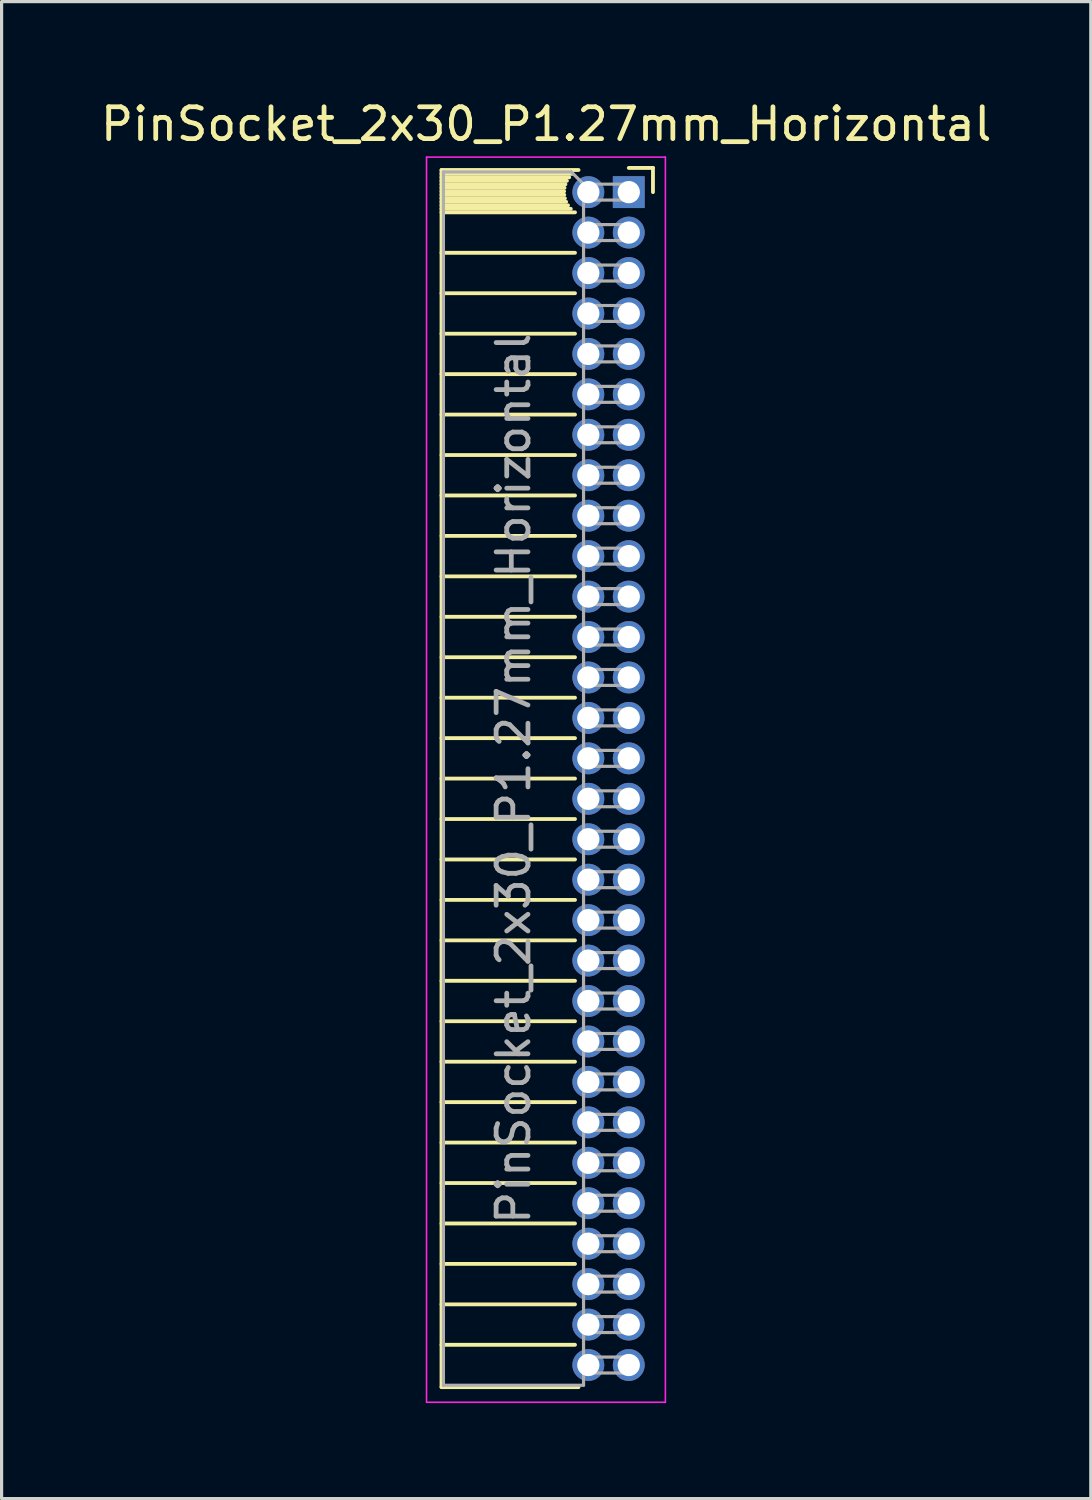
<source format=kicad_pcb>
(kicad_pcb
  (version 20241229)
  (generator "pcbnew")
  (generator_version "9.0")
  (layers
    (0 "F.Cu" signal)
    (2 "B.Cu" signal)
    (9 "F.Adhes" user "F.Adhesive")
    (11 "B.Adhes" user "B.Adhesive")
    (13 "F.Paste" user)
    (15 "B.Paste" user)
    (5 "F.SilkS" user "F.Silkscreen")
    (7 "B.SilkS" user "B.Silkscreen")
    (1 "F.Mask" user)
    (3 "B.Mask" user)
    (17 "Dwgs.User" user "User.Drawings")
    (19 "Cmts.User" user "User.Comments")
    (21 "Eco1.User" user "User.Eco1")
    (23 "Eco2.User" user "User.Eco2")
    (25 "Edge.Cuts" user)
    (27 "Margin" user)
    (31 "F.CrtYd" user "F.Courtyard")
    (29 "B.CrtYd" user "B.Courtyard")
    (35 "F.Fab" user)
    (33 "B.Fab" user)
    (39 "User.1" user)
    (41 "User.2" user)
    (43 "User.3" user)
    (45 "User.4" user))
  (footprint "PinSocket_2x30_P1.27mm_Horizontal"
    (layer "F.Cu")
    (at 16.694 2.983)
    (property "Reference" "PinSocket_2x30_P1.27mm_Horizontal" (at -2.592 -2.135 0) (layer "F.SilkS") (effects (font (size 1 1) (thickness 0.15))))
    (attr through_hole)
    (fp_line (start -5.88 -0.695) (end -5.88 37.525) (stroke (width 0.12) (type solid)) (layer "F.SilkS"))
    (fp_line (start -5.88 -0.695) (end -1.578 -0.695) (stroke (width 0.12) (type solid)) (layer "F.SilkS"))
    (fp_line (start -5.88 -0.575) (end -1.767 -0.575) (stroke (width 0.12) (type solid)) (layer "F.SilkS"))
    (fp_line (start -5.88 -0.465) (end -1.871 -0.465) (stroke (width 0.12) (type solid)) (layer "F.SilkS"))
    (fp_line (start -5.88 -0.355) (end -1.942 -0.355) (stroke (width 0.12) (type solid)) (layer "F.SilkS"))
    (fp_line (start -5.88 -0.245) (end -1.989 -0.245) (stroke (width 0.12) (type solid)) (layer "F.SilkS"))
    (fp_line (start -5.88 -0.135) (end -2.018 -0.135) (stroke (width 0.12) (type solid)) (layer "F.SilkS"))
    (fp_line (start -5.88 -0.025) (end -2.03 -0.025) (stroke (width 0.12) (type solid)) (layer "F.SilkS"))
    (fp_line (start -5.88 0.085) (end -2.025 0.085) (stroke (width 0.12) (type solid)) (layer "F.SilkS"))
    (fp_line (start -5.88 0.195) (end -2.005 0.195) (stroke (width 0.12) (type solid)) (layer "F.SilkS"))
    (fp_line (start -5.88 0.305) (end -1.966 0.305) (stroke (width 0.12) (type solid)) (layer "F.SilkS"))
    (fp_line (start -5.88 0.415) (end -1.907 0.415) (stroke (width 0.12) (type solid)) (layer "F.SilkS"))
    (fp_line (start -5.88 0.525) (end -1.82 0.525) (stroke (width 0.12) (type solid)) (layer "F.SilkS"))
    (fp_line (start -5.88 0.635) (end -1.688 0.635) (stroke (width 0.12) (type solid)) (layer "F.SilkS"))
    (fp_line (start -5.88 1.905) (end -1.688 1.905) (stroke (width 0.12) (type solid)) (layer "F.SilkS"))
    (fp_line (start -5.88 3.175) (end -1.688 3.175) (stroke (width 0.12) (type solid)) (layer "F.SilkS"))
    (fp_line (start -5.88 4.445) (end -1.688 4.445) (stroke (width 0.12) (type solid)) (layer "F.SilkS"))
    (fp_line (start -5.88 5.715) (end -1.688 5.715) (stroke (width 0.12) (type solid)) (layer "F.SilkS"))
    (fp_line (start -5.88 6.985) (end -1.688 6.985) (stroke (width 0.12) (type solid)) (layer "F.SilkS"))
    (fp_line (start -5.88 8.255) (end -1.688 8.255) (stroke (width 0.12) (type solid)) (layer "F.SilkS"))
    (fp_line (start -5.88 9.525) (end -1.688 9.525) (stroke (width 0.12) (type solid)) (layer "F.SilkS"))
    (fp_line (start -5.88 10.795) (end -1.688 10.795) (stroke (width 0.12) (type solid)) (layer "F.SilkS"))
    (fp_line (start -5.88 12.065) (end -1.688 12.065) (stroke (width 0.12) (type solid)) (layer "F.SilkS"))
    (fp_line (start -5.88 13.335) (end -1.688 13.335) (stroke (width 0.12) (type solid)) (layer "F.SilkS"))
    (fp_line (start -5.88 14.605) (end -1.688 14.605) (stroke (width 0.12) (type solid)) (layer "F.SilkS"))
    (fp_line (start -5.88 15.875) (end -1.688 15.875) (stroke (width 0.12) (type solid)) (layer "F.SilkS"))
    (fp_line (start -5.88 17.145) (end -1.688 17.145) (stroke (width 0.12) (type solid)) (layer "F.SilkS"))
    (fp_line (start -5.88 18.415) (end -1.688 18.415) (stroke (width 0.12) (type solid)) (layer "F.SilkS"))
    (fp_line (start -5.88 19.685) (end -1.688 19.685) (stroke (width 0.12) (type solid)) (layer "F.SilkS"))
    (fp_line (start -5.88 20.955) (end -1.688 20.955) (stroke (width 0.12) (type solid)) (layer "F.SilkS"))
    (fp_line (start -5.88 22.225) (end -1.688 22.225) (stroke (width 0.12) (type solid)) (layer "F.SilkS"))
    (fp_line (start -5.88 23.495) (end -1.688 23.495) (stroke (width 0.12) (type solid)) (layer "F.SilkS"))
    (fp_line (start -5.88 24.765) (end -1.688 24.765) (stroke (width 0.12) (type solid)) (layer "F.SilkS"))
    (fp_line (start -5.88 26.035) (end -1.688 26.035) (stroke (width 0.12) (type solid)) (layer "F.SilkS"))
    (fp_line (start -5.88 27.305) (end -1.688 27.305) (stroke (width 0.12) (type solid)) (layer "F.SilkS"))
    (fp_line (start -5.88 28.575) (end -1.688 28.575) (stroke (width 0.12) (type solid)) (layer "F.SilkS"))
    (fp_line (start -5.88 29.845) (end -1.688 29.845) (stroke (width 0.12) (type solid)) (layer "F.SilkS"))
    (fp_line (start -5.88 31.115) (end -1.688 31.115) (stroke (width 0.12) (type solid)) (layer "F.SilkS"))
    (fp_line (start -5.88 32.385) (end -1.688 32.385) (stroke (width 0.12) (type solid)) (layer "F.SilkS"))
    (fp_line (start -5.88 33.655) (end -1.688 33.655) (stroke (width 0.12) (type solid)) (layer "F.SilkS"))
    (fp_line (start -5.88 34.925) (end -1.688 34.925) (stroke (width 0.12) (type solid)) (layer "F.SilkS"))
    (fp_line (start -5.88 36.195) (end -1.688 36.195) (stroke (width 0.12) (type solid)) (layer "F.SilkS"))
    (fp_line (start -5.88 37.525) (end -1.578 37.525) (stroke (width 0.12) (type solid)) (layer "F.SilkS"))
    (fp_line (start 0 -0.76) (end 0.76 -0.76) (stroke (width 0.12) (type solid)) (layer "F.SilkS"))
    (fp_line (start 0.76 -0.76) (end 0.76 0) (stroke (width 0.12) (type solid)) (layer "F.SilkS"))
    (fp_line (start -6.35 -1.1) (end -6.35 38) (stroke (width 0.05) (type solid)) (layer "F.CrtYd"))
    (fp_line (start -6.35 38) (end 1.15 38) (stroke (width 0.05) (type solid)) (layer "F.CrtYd"))
    (fp_line (start 1.15 -1.1) (end -6.35 -1.1) (stroke (width 0.05) (type solid)) (layer "F.CrtYd"))
    (fp_line (start 1.15 38) (end 1.15 -1.1) (stroke (width 0.05) (type solid)) (layer "F.CrtYd"))
    (fp_line (start -5.82 -0.635) (end -1.805 -0.635) (stroke (width 0.1) (type solid)) (layer "F.Fab"))
    (fp_line (start -5.82 37.465) (end -5.82 -0.635) (stroke (width 0.1) (type solid)) (layer "F.Fab"))
    (fp_line (start -1.805 -0.635) (end -1.42 -0.25) (stroke (width 0.1) (type solid)) (layer "F.Fab"))
    (fp_line (start -1.42 -0.25) (end -1.42 37.465) (stroke (width 0.1) (type solid)) (layer "F.Fab"))
    (fp_line (start -1.42 0.25) (end 0 0.25) (stroke (width 0.1) (type solid)) (layer "F.Fab"))
    (fp_line (start -1.42 1.52) (end 0 1.52) (stroke (width 0.1) (type solid)) (layer "F.Fab"))
    (fp_line (start -1.42 2.79) (end 0 2.79) (stroke (width 0.1) (type solid)) (layer "F.Fab"))
    (fp_line (start -1.42 4.06) (end 0 4.06) (stroke (width 0.1) (type solid)) (layer "F.Fab"))
    (fp_line (start -1.42 5.33) (end 0 5.33) (stroke (width 0.1) (type solid)) (layer "F.Fab"))
    (fp_line (start -1.42 6.6) (end 0 6.6) (stroke (width 0.1) (type solid)) (layer "F.Fab"))
    (fp_line (start -1.42 7.87) (end 0 7.87) (stroke (width 0.1) (type solid)) (layer "F.Fab"))
    (fp_line (start -1.42 9.14) (end 0 9.14) (stroke (width 0.1) (type solid)) (layer "F.Fab"))
    (fp_line (start -1.42 10.41) (end 0 10.41) (stroke (width 0.1) (type solid)) (layer "F.Fab"))
    (fp_line (start -1.42 11.68) (end 0 11.68) (stroke (width 0.1) (type solid)) (layer "F.Fab"))
    (fp_line (start -1.42 12.95) (end 0 12.95) (stroke (width 0.1) (type solid)) (layer "F.Fab"))
    (fp_line (start -1.42 14.22) (end 0 14.22) (stroke (width 0.1) (type solid)) (layer "F.Fab"))
    (fp_line (start -1.42 15.49) (end 0 15.49) (stroke (width 0.1) (type solid)) (layer "F.Fab"))
    (fp_line (start -1.42 16.76) (end 0 16.76) (stroke (width 0.1) (type solid)) (layer "F.Fab"))
    (fp_line (start -1.42 18.03) (end 0 18.03) (stroke (width 0.1) (type solid)) (layer "F.Fab"))
    (fp_line (start -1.42 19.3) (end 0 19.3) (stroke (width 0.1) (type solid)) (layer "F.Fab"))
    (fp_line (start -1.42 20.57) (end 0 20.57) (stroke (width 0.1) (type solid)) (layer "F.Fab"))
    (fp_line (start -1.42 21.84) (end 0 21.84) (stroke (width 0.1) (type solid)) (layer "F.Fab"))
    (fp_line (start -1.42 23.11) (end 0 23.11) (stroke (width 0.1) (type solid)) (layer "F.Fab"))
    (fp_line (start -1.42 24.38) (end 0 24.38) (stroke (width 0.1) (type solid)) (layer "F.Fab"))
    (fp_line (start -1.42 25.65) (end 0 25.65) (stroke (width 0.1) (type solid)) (layer "F.Fab"))
    (fp_line (start -1.42 26.92) (end 0 26.92) (stroke (width 0.1) (type solid)) (layer "F.Fab"))
    (fp_line (start -1.42 28.19) (end 0 28.19) (stroke (width 0.1) (type solid)) (layer "F.Fab"))
    (fp_line (start -1.42 29.46) (end 0 29.46) (stroke (width 0.1) (type solid)) (layer "F.Fab"))
    (fp_line (start -1.42 30.73) (end 0 30.73) (stroke (width 0.1) (type solid)) (layer "F.Fab"))
    (fp_line (start -1.42 32) (end 0 32) (stroke (width 0.1) (type solid)) (layer "F.Fab"))
    (fp_line (start -1.42 33.27) (end 0 33.27) (stroke (width 0.1) (type solid)) (layer "F.Fab"))
    (fp_line (start -1.42 34.54) (end 0 34.54) (stroke (width 0.1) (type solid)) (layer "F.Fab"))
    (fp_line (start -1.42 35.81) (end 0 35.81) (stroke (width 0.1) (type solid)) (layer "F.Fab"))
    (fp_line (start -1.42 37.08) (end 0 37.08) (stroke (width 0.1) (type solid)) (layer "F.Fab"))
    (fp_line (start -1.42 37.465) (end -5.82 37.465) (stroke (width 0.1) (type solid)) (layer "F.Fab"))
    (fp_line (start 0 -0.25) (end -1.42 -0.25) (stroke (width 0.1) (type solid)) (layer "F.Fab"))
    (fp_line (start 0 0.25) (end 0 -0.25) (stroke (width 0.1) (type solid)) (layer "F.Fab"))
    (fp_line (start 0 1.02) (end -1.42 1.02) (stroke (width 0.1) (type solid)) (layer "F.Fab"))
    (fp_line (start 0 1.52) (end 0 1.02) (stroke (width 0.1) (type solid)) (layer "F.Fab"))
    (fp_line (start 0 2.29) (end -1.42 2.29) (stroke (width 0.1) (type solid)) (layer "F.Fab"))
    (fp_line (start 0 2.79) (end 0 2.29) (stroke (width 0.1) (type solid)) (layer "F.Fab"))
    (fp_line (start 0 3.56) (end -1.42 3.56) (stroke (width 0.1) (type solid)) (layer "F.Fab"))
    (fp_line (start 0 4.06) (end 0 3.56) (stroke (width 0.1) (type solid)) (layer "F.Fab"))
    (fp_line (start 0 4.83) (end -1.42 4.83) (stroke (width 0.1) (type solid)) (layer "F.Fab"))
    (fp_line (start 0 5.33) (end 0 4.83) (stroke (width 0.1) (type solid)) (layer "F.Fab"))
    (fp_line (start 0 6.1) (end -1.42 6.1) (stroke (width 0.1) (type solid)) (layer "F.Fab"))
    (fp_line (start 0 6.6) (end 0 6.1) (stroke (width 0.1) (type solid)) (layer "F.Fab"))
    (fp_line (start 0 7.37) (end -1.42 7.37) (stroke (width 0.1) (type solid)) (layer "F.Fab"))
    (fp_line (start 0 7.87) (end 0 7.37) (stroke (width 0.1) (type solid)) (layer "F.Fab"))
    (fp_line (start 0 8.64) (end -1.42 8.64) (stroke (width 0.1) (type solid)) (layer "F.Fab"))
    (fp_line (start 0 9.14) (end 0 8.64) (stroke (width 0.1) (type solid)) (layer "F.Fab"))
    (fp_line (start 0 9.91) (end -1.42 9.91) (stroke (width 0.1) (type solid)) (layer "F.Fab"))
    (fp_line (start 0 10.41) (end 0 9.91) (stroke (width 0.1) (type solid)) (layer "F.Fab"))
    (fp_line (start 0 11.18) (end -1.42 11.18) (stroke (width 0.1) (type solid)) (layer "F.Fab"))
    (fp_line (start 0 11.68) (end 0 11.18) (stroke (width 0.1) (type solid)) (layer "F.Fab"))
    (fp_line (start 0 12.45) (end -1.42 12.45) (stroke (width 0.1) (type solid)) (layer "F.Fab"))
    (fp_line (start 0 12.95) (end 0 12.45) (stroke (width 0.1) (type solid)) (layer "F.Fab"))
    (fp_line (start 0 13.72) (end -1.42 13.72) (stroke (width 0.1) (type solid)) (layer "F.Fab"))
    (fp_line (start 0 14.22) (end 0 13.72) (stroke (width 0.1) (type solid)) (layer "F.Fab"))
    (fp_line (start 0 14.99) (end -1.42 14.99) (stroke (width 0.1) (type solid)) (layer "F.Fab"))
    (fp_line (start 0 15.49) (end 0 14.99) (stroke (width 0.1) (type solid)) (layer "F.Fab"))
    (fp_line (start 0 16.26) (end -1.42 16.26) (stroke (width 0.1) (type solid)) (layer "F.Fab"))
    (fp_line (start 0 16.76) (end 0 16.26) (stroke (width 0.1) (type solid)) (layer "F.Fab"))
    (fp_line (start 0 17.53) (end -1.42 17.53) (stroke (width 0.1) (type solid)) (layer "F.Fab"))
    (fp_line (start 0 18.03) (end 0 17.53) (stroke (width 0.1) (type solid)) (layer "F.Fab"))
    (fp_line (start 0 18.8) (end -1.42 18.8) (stroke (width 0.1) (type solid)) (layer "F.Fab"))
    (fp_line (start 0 19.3) (end 0 18.8) (stroke (width 0.1) (type solid)) (layer "F.Fab"))
    (fp_line (start 0 20.07) (end -1.42 20.07) (stroke (width 0.1) (type solid)) (layer "F.Fab"))
    (fp_line (start 0 20.57) (end 0 20.07) (stroke (width 0.1) (type solid)) (layer "F.Fab"))
    (fp_line (start 0 21.34) (end -1.42 21.34) (stroke (width 0.1) (type solid)) (layer "F.Fab"))
    (fp_line (start 0 21.84) (end 0 21.34) (stroke (width 0.1) (type solid)) (layer "F.Fab"))
    (fp_line (start 0 22.61) (end -1.42 22.61) (stroke (width 0.1) (type solid)) (layer "F.Fab"))
    (fp_line (start 0 23.11) (end 0 22.61) (stroke (width 0.1) (type solid)) (layer "F.Fab"))
    (fp_line (start 0 23.88) (end -1.42 23.88) (stroke (width 0.1) (type solid)) (layer "F.Fab"))
    (fp_line (start 0 24.38) (end 0 23.88) (stroke (width 0.1) (type solid)) (layer "F.Fab"))
    (fp_line (start 0 25.15) (end -1.42 25.15) (stroke (width 0.1) (type solid)) (layer "F.Fab"))
    (fp_line (start 0 25.65) (end 0 25.15) (stroke (width 0.1) (type solid)) (layer "F.Fab"))
    (fp_line (start 0 26.42) (end -1.42 26.42) (stroke (width 0.1) (type solid)) (layer "F.Fab"))
    (fp_line (start 0 26.92) (end 0 26.42) (stroke (width 0.1) (type solid)) (layer "F.Fab"))
    (fp_line (start 0 27.69) (end -1.42 27.69) (stroke (width 0.1) (type solid)) (layer "F.Fab"))
    (fp_line (start 0 28.19) (end 0 27.69) (stroke (width 0.1) (type solid)) (layer "F.Fab"))
    (fp_line (start 0 28.96) (end -1.42 28.96) (stroke (width 0.1) (type solid)) (layer "F.Fab"))
    (fp_line (start 0 29.46) (end 0 28.96) (stroke (width 0.1) (type solid)) (layer "F.Fab"))
    (fp_line (start 0 30.23) (end -1.42 30.23) (stroke (width 0.1) (type solid)) (layer "F.Fab"))
    (fp_line (start 0 30.73) (end 0 30.23) (stroke (width 0.1) (type solid)) (layer "F.Fab"))
    (fp_line (start 0 31.5) (end -1.42 31.5) (stroke (width 0.1) (type solid)) (layer "F.Fab"))
    (fp_line (start 0 32) (end 0 31.5) (stroke (width 0.1) (type solid)) (layer "F.Fab"))
    (fp_line (start 0 32.77) (end -1.42 32.77) (stroke (width 0.1) (type solid)) (layer "F.Fab"))
    (fp_line (start 0 33.27) (end 0 32.77) (stroke (width 0.1) (type solid)) (layer "F.Fab"))
    (fp_line (start 0 34.04) (end -1.42 34.04) (stroke (width 0.1) (type solid)) (layer "F.Fab"))
    (fp_line (start 0 34.54) (end 0 34.04) (stroke (width 0.1) (type solid)) (layer "F.Fab"))
    (fp_line (start 0 35.31) (end -1.42 35.31) (stroke (width 0.1) (type solid)) (layer "F.Fab"))
    (fp_line (start 0 35.81) (end 0 35.31) (stroke (width 0.1) (type solid)) (layer "F.Fab"))
    (fp_line (start 0 36.58) (end -1.42 36.58) (stroke (width 0.1) (type solid)) (layer "F.Fab"))
    (fp_line (start 0 37.08) (end 0 36.58) (stroke (width 0.1) (type solid)) (layer "F.Fab"))
    (fp_text user "${REFERENCE}" (at -3.62 18.415 90) (layer "F.Fab") (effects (font (size 1 1) (thickness 0.15))))
    (pad "1" thru_hole rect (at 0 0) (size 1 1) (drill 0.7) (layers "*.Cu" "*.Mask"))
    (pad "2" thru_hole oval (at -1.27 0) (size 1 1) (drill 0.7) (layers "*.Cu" "*.Mask"))
    (pad "3" thru_hole oval (at 0 1.27) (size 1 1) (drill 0.7) (layers "*.Cu" "*.Mask"))
    (pad "4" thru_hole oval (at -1.27 1.27) (size 1 1) (drill 0.7) (layers "*.Cu" "*.Mask"))
    (pad "5" thru_hole oval (at 0 2.54) (size 1 1) (drill 0.7) (layers "*.Cu" "*.Mask"))
    (pad "6" thru_hole oval (at -1.27 2.54) (size 1 1) (drill 0.7) (layers "*.Cu" "*.Mask"))
    (pad "7" thru_hole oval (at 0 3.81) (size 1 1) (drill 0.7) (layers "*.Cu" "*.Mask"))
    (pad "8" thru_hole oval (at -1.27 3.81) (size 1 1) (drill 0.7) (layers "*.Cu" "*.Mask"))
    (pad "9" thru_hole oval (at 0 5.08) (size 1 1) (drill 0.7) (layers "*.Cu" "*.Mask"))
    (pad "10" thru_hole oval (at -1.27 5.08) (size 1 1) (drill 0.7) (layers "*.Cu" "*.Mask"))
    (pad "11" thru_hole oval (at 0 6.35) (size 1 1) (drill 0.7) (layers "*.Cu" "*.Mask"))
    (pad "12" thru_hole oval (at -1.27 6.35) (size 1 1) (drill 0.7) (layers "*.Cu" "*.Mask"))
    (pad "13" thru_hole oval (at 0 7.62) (size 1 1) (drill 0.7) (layers "*.Cu" "*.Mask"))
    (pad "14" thru_hole oval (at -1.27 7.62) (size 1 1) (drill 0.7) (layers "*.Cu" "*.Mask"))
    (pad "15" thru_hole oval (at 0 8.89) (size 1 1) (drill 0.7) (layers "*.Cu" "*.Mask"))
    (pad "16" thru_hole oval (at -1.27 8.89) (size 1 1) (drill 0.7) (layers "*.Cu" "*.Mask"))
    (pad "17" thru_hole oval (at 0 10.16) (size 1 1) (drill 0.7) (layers "*.Cu" "*.Mask"))
    (pad "18" thru_hole oval (at -1.27 10.16) (size 1 1) (drill 0.7) (layers "*.Cu" "*.Mask"))
    (pad "19" thru_hole oval (at 0 11.43) (size 1 1) (drill 0.7) (layers "*.Cu" "*.Mask"))
    (pad "20" thru_hole oval (at -1.27 11.43) (size 1 1) (drill 0.7) (layers "*.Cu" "*.Mask"))
    (pad "21" thru_hole oval (at 0 12.7) (size 1 1) (drill 0.7) (layers "*.Cu" "*.Mask"))
    (pad "22" thru_hole oval (at -1.27 12.7) (size 1 1) (drill 0.7) (layers "*.Cu" "*.Mask"))
    (pad "23" thru_hole oval (at 0 13.97) (size 1 1) (drill 0.7) (layers "*.Cu" "*.Mask"))
    (pad "24" thru_hole oval (at -1.27 13.97) (size 1 1) (drill 0.7) (layers "*.Cu" "*.Mask"))
    (pad "25" thru_hole oval (at 0 15.24) (size 1 1) (drill 0.7) (layers "*.Cu" "*.Mask"))
    (pad "26" thru_hole oval (at -1.27 15.24) (size 1 1) (drill 0.7) (layers "*.Cu" "*.Mask"))
    (pad "27" thru_hole oval (at 0 16.51) (size 1 1) (drill 0.7) (layers "*.Cu" "*.Mask"))
    (pad "28" thru_hole oval (at -1.27 16.51) (size 1 1) (drill 0.7) (layers "*.Cu" "*.Mask"))
    (pad "29" thru_hole oval (at 0 17.78) (size 1 1) (drill 0.7) (layers "*.Cu" "*.Mask"))
    (pad "30" thru_hole oval (at -1.27 17.78) (size 1 1) (drill 0.7) (layers "*.Cu" "*.Mask"))
    (pad "31" thru_hole oval (at 0 19.05) (size 1 1) (drill 0.7) (layers "*.Cu" "*.Mask"))
    (pad "32" thru_hole oval (at -1.27 19.05) (size 1 1) (drill 0.7) (layers "*.Cu" "*.Mask"))
    (pad "33" thru_hole oval (at 0 20.32) (size 1 1) (drill 0.7) (layers "*.Cu" "*.Mask"))
    (pad "34" thru_hole oval (at -1.27 20.32) (size 1 1) (drill 0.7) (layers "*.Cu" "*.Mask"))
    (pad "35" thru_hole oval (at 0 21.59) (size 1 1) (drill 0.7) (layers "*.Cu" "*.Mask"))
    (pad "36" thru_hole oval (at -1.27 21.59) (size 1 1) (drill 0.7) (layers "*.Cu" "*.Mask"))
    (pad "37" thru_hole oval (at 0 22.86) (size 1 1) (drill 0.7) (layers "*.Cu" "*.Mask"))
    (pad "38" thru_hole oval (at -1.27 22.86) (size 1 1) (drill 0.7) (layers "*.Cu" "*.Mask"))
    (pad "39" thru_hole oval (at 0 24.13) (size 1 1) (drill 0.7) (layers "*.Cu" "*.Mask"))
    (pad "40" thru_hole oval (at -1.27 24.13) (size 1 1) (drill 0.7) (layers "*.Cu" "*.Mask"))
    (pad "41" thru_hole oval (at 0 25.4) (size 1 1) (drill 0.7) (layers "*.Cu" "*.Mask"))
    (pad "42" thru_hole oval (at -1.27 25.4) (size 1 1) (drill 0.7) (layers "*.Cu" "*.Mask"))
    (pad "43" thru_hole oval (at 0 26.67) (size 1 1) (drill 0.7) (layers "*.Cu" "*.Mask"))
    (pad "44" thru_hole oval (at -1.27 26.67) (size 1 1) (drill 0.7) (layers "*.Cu" "*.Mask"))
    (pad "45" thru_hole oval (at 0 27.94) (size 1 1) (drill 0.7) (layers "*.Cu" "*.Mask"))
    (pad "46" thru_hole oval (at -1.27 27.94) (size 1 1) (drill 0.7) (layers "*.Cu" "*.Mask"))
    (pad "47" thru_hole oval (at 0 29.21) (size 1 1) (drill 0.7) (layers "*.Cu" "*.Mask"))
    (pad "48" thru_hole oval (at -1.27 29.21) (size 1 1) (drill 0.7) (layers "*.Cu" "*.Mask"))
    (pad "49" thru_hole oval (at 0 30.48) (size 1 1) (drill 0.7) (layers "*.Cu" "*.Mask"))
    (pad "50" thru_hole oval (at -1.27 30.48) (size 1 1) (drill 0.7) (layers "*.Cu" "*.Mask"))
    (pad "51" thru_hole oval (at 0 31.75) (size 1 1) (drill 0.7) (layers "*.Cu" "*.Mask"))
    (pad "52" thru_hole oval (at -1.27 31.75) (size 1 1) (drill 0.7) (layers "*.Cu" "*.Mask"))
    (pad "53" thru_hole oval (at 0 33.02) (size 1 1) (drill 0.7) (layers "*.Cu" "*.Mask"))
    (pad "54" thru_hole oval (at -1.27 33.02) (size 1 1) (drill 0.7) (layers "*.Cu" "*.Mask"))
    (pad "55" thru_hole oval (at 0 34.29) (size 1 1) (drill 0.7) (layers "*.Cu" "*.Mask"))
    (pad "56" thru_hole oval (at -1.27 34.29) (size 1 1) (drill 0.7) (layers "*.Cu" "*.Mask"))
    (pad "57" thru_hole oval (at 0 35.56) (size 1 1) (drill 0.7) (layers "*.Cu" "*.Mask"))
    (pad "58" thru_hole oval (at -1.27 35.56) (size 1 1) (drill 0.7) (layers "*.Cu" "*.Mask"))
    (pad "59" thru_hole oval (at 0 36.83) (size 1 1) (drill 0.7) (layers "*.Cu" "*.Mask"))
    (pad "60" thru_hole oval (at -1.27 36.83) (size 1 1) (drill 0.7) (layers "*.Cu" "*.Mask")))
  (gr_rect
    (start -3 -3)
    (end 31.202 44.008)
    (stroke (width 0.1) (type default))
    (fill no)
    (layer "Edge.Cuts")))
</source>
